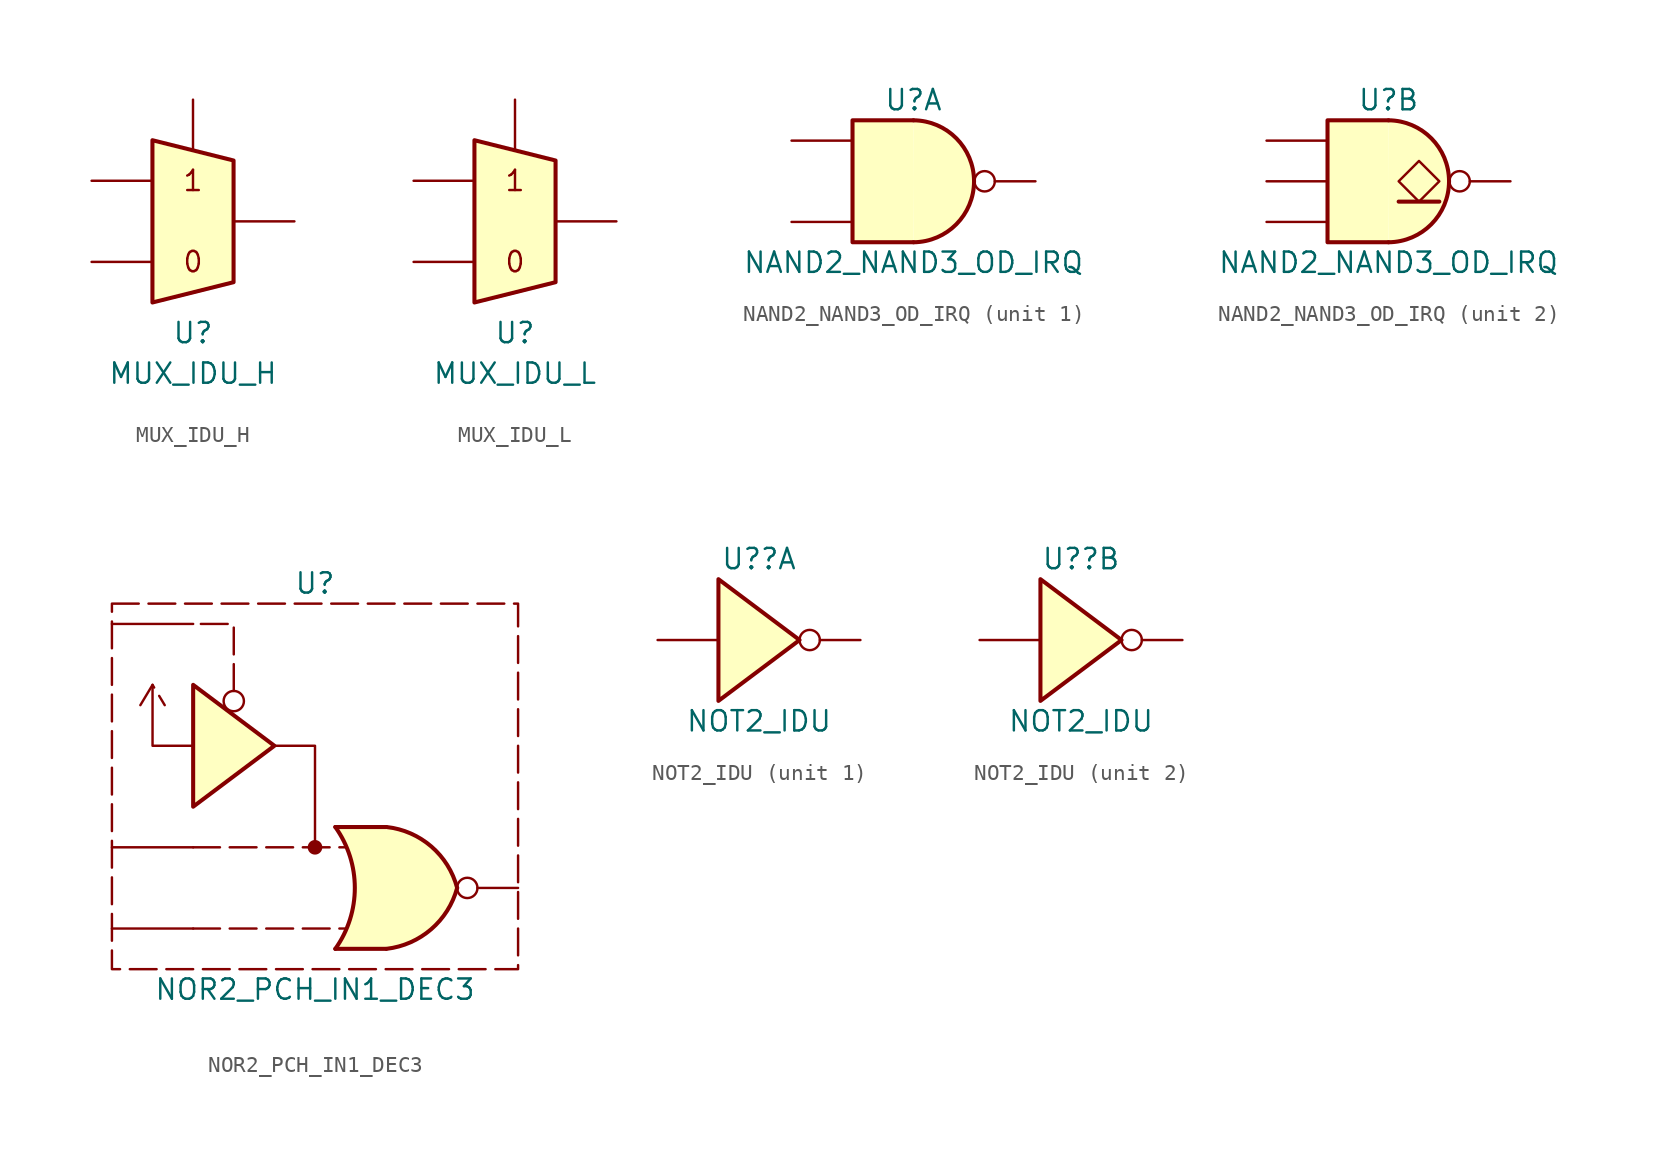
<source format=kicad_sym>
(kicad_symbol_lib
  (version 20231120)
  (generator "kicad_symbol_editor")
  (generator_version "8.0")
  (symbol "MUX_IDU_H"
    (pin_numbers hide)
    (pin_names
      (offset 0) hide)
    (property "Reference" "U"
      (at 0 -6.985 0)
      (effects (font (size 1.27 1.27))))
    (property "Value" "MUX_IDU_H"
      (at 0 -9.525 0)
      (effects (font (size 1.27 1.27))))
    (symbol "MUX_IDU_H_0_0"
      (text "0" (at 0 -2.54 0) (effects (font (size 1.27 1.27))))
      (text "1" (at 0 2.54 0) (effects (font (size 1.27 1.27)))))
    (symbol "MUX_IDU_H_0_1"
      (polyline (pts (xy -2.54 -5.08) (xy -2.54 5.08) (xy 2.54 3.81) (xy 2.54 -3.81) (xy -2.54 -5.08)) (stroke (width 0.254) (type default)) (fill (type background))))
    (symbol "MUX_IDU_H_1_1"
      (pin input line (at -6.35 -2.54 0) (length 3.81) (name "~" (effects (font (size 1.27 1.27)))) (number "" (effects (font (size 1.27 1.27)))))
      (pin input line (at -6.35 2.54 0) (length 3.81) (name "~" (effects (font (size 1.27 1.27)))) (number "" (effects (font (size 1.27 1.27)))))
      (pin input line (at 0 7.62 270) (length 3.17) (name "~" (effects (font (size 1.27 1.27)))) (number "" (effects (font (size 1.27 1.27)))))
      (pin output line (at 6.35 0 180) (length 3.81) (name "~" (effects (font (size 1.27 1.27)))) (number "" (effects (font (size 1.27 1.27)))))))
  (symbol "MUX_IDU_L"
    (pin_numbers hide)
    (pin_names
      (offset 0) hide)
    (property "Reference" "U"
      (at 0 -6.985 0)
      (effects (font (size 1.27 1.27))))
    (property "Value" "MUX_IDU_L"
      (at 0 -9.525 0)
      (effects (font (size 1.27 1.27))))
    (symbol "MUX_IDU_L_0_0"
      (text "0" (at 0 -2.54 0) (effects (font (size 1.27 1.27))))
      (text "1" (at 0 2.54 0) (effects (font (size 1.27 1.27)))))
    (symbol "MUX_IDU_L_0_1"
      (polyline (pts (xy -2.54 -5.08) (xy -2.54 5.08) (xy 2.54 3.81) (xy 2.54 -3.81) (xy -2.54 -5.08)) (stroke (width 0.254) (type default)) (fill (type background))))
    (symbol "MUX_IDU_L_1_1"
      (pin input line (at -6.35 -2.54 0) (length 3.81) (name "~" (effects (font (size 1.27 1.27)))) (number "" (effects (font (size 1.27 1.27)))))
      (pin input line (at -6.35 2.54 0) (length 3.81) (name "~" (effects (font (size 1.27 1.27)))) (number "" (effects (font (size 1.27 1.27)))))
      (pin input line (at 0 7.62 270) (length 3.17) (name "~" (effects (font (size 1.27 1.27)))) (number "" (effects (font (size 1.27 1.27)))))
      (pin output line (at 6.35 0 180) (length 3.81) (name "~" (effects (font (size 1.27 1.27)))) (number "" (effects (font (size 1.27 1.27)))))))
  (symbol "NAND2_NAND3_OD_IRQ"
    (pin_numbers hide)
    (pin_names hide)
    (property "Reference" "U"
      (at 0 5.08 0)
      (effects (font (size 1.27 1.27))))
    (property "Value" "NAND2_NAND3_OD_IRQ"
      (at 0 -5.08 0)
      (effects (font (size 1.27 1.27))))
    (property "ki_locked" ""
      (at 0 0 0)
      (effects (font (size 1.27 1.27))))
    (symbol "NAND2_NAND3_OD_IRQ_1_1"
      (arc (start 0 -3.81) (mid 3.7825 0) (end 0 3.81) (stroke (width 0.254) (type default)) (fill (type background)))
      (polyline (pts (xy 0 3.81) (xy -3.81 3.81) (xy -3.81 -3.81) (xy 0 -3.81)) (stroke (width 0.254) (type default)) (fill (type background)))
      (pin input line (at -7.62 2.54 0) (length 3.81) (name "NAND_A_IN1" (effects (font (size 1.27 1.27)))) (number "" (effects (font (size 1.27 1.27)))))
      (pin input line (at -7.62 -2.54 0) (length 3.81) (name "NAND_A_IN2" (effects (font (size 1.27 1.27)))) (number "" (effects (font (size 1.27 1.27)))))
      (pin output inverted (at 7.62 0 180) (length 3.81) (name "NAND_A_Y" (effects (font (size 1.27 1.27)))) (number "" (effects (font (size 0 0))))))
    (symbol "NAND2_NAND3_OD_IRQ_2_1"
      (arc (start 0 -3.81) (mid 3.7825 0) (end 0 3.81) (stroke (width 0.254) (type default)) (fill (type background)))
      (polyline (pts (xy 0.635 -1.27) (xy 3.175 -1.27)) (stroke (width 0.254) (type default)) (fill (type none)))
      (polyline (pts (xy 0 3.81) (xy -3.81 3.81) (xy -3.81 -3.81) (xy 0 -3.81)) (stroke (width 0.254) (type default)) (fill (type background)))
      (polyline (pts (xy 3.175 0) (xy 1.905 1.27) (xy 0.635 0) (xy 1.905 -1.27) (xy 3.175 0)) (stroke (width 0) (type default)) (fill (type none)))
      (pin input line (at -7.62 2.54 0) (length 3.81) (name "NAND_B_IN1" (effects (font (size 1.27 1.27)))) (number "" (effects (font (size 1.27 1.27)))))
      (pin input line (at -7.62 0 0) (length 3.81) (name "NAND_B_IN2" (effects (font (size 1.27 1.27)))) (number "" (effects (font (size 1.27 1.27)))))
      (pin input line (at -7.62 -2.54 0) (length 3.81) (name "NAND_B_IN3" (effects (font (size 1.27 1.27)))) (number "" (effects (font (size 1.27 1.27)))))
      (pin tri_state inverted (at 7.62 0 180) (length 3.81) (name "NAND_B_Y" (effects (font (size 1.27 1.27)))) (number "" (effects (font (size 0 0)))))))
  (symbol "NOR2_PCH_IN1_DEC3"
    (pin_numbers hide)
    (pin_names hide)
    (property "Reference" "U"
      (at 0 12.7 0)
      (effects (font (size 1.27 1.27))))
    (property "Value" "NOR2_PCH_IN1_DEC3"
      (at 0 -12.7 0)
      (effects (font (size 1.27 1.27))))
    (symbol "NOR2_PCH_IN1_DEC3_0_1"
      (polyline (pts (xy -7.62 2.54) (xy -10.16 2.54) (xy -10.16 6.35)) (stroke (width 0) (type default)) (fill (type none))))
    (symbol "NOR2_PCH_IN1_DEC3_1_0"
      (polyline (pts (xy -7.62 6.35) (xy -7.62 -1.27) (xy -2.54 2.54) (xy -7.62 6.35)) (stroke (width 0.254) (type default)) (fill (type background))))
    (symbol "NOR2_PCH_IN1_DEC3_1_1"
      (rectangle (start -12.7 11.43) (end 12.7 -11.43) (stroke (width 0) (type dash)) (fill (type none)))
      (circle (center -5.08 5.334) (radius 0.635) (stroke (width 0) (type default)) (fill (type none)))
      (circle (center 0 -3.81) (radius 0.381) (stroke (width 0) (type default)) (fill (type outline)))
      (polyline (pts (xy -7.62 -8.89) (xy 1.905 -8.89)) (stroke (width 0) (type default)) (fill (type none)))
      (polyline (pts (xy -7.62 -3.81) (xy 1.905 -3.81)) (stroke (width 0) (type default)) (fill (type none)))
      (polyline (pts (xy 1.27 -10.16) (xy 4.445 -10.16)) (stroke (width 0.254) (type default)) (fill (type background)))
      (polyline (pts (xy 1.27 -2.54) (xy 4.445 -2.54)) (stroke (width 0.254) (type default)) (fill (type background)))
      (polyline (pts (xy -10.922 5.08) (xy -10.16 6.35) (xy -9.398 5.08)) (stroke (width 0) (type default)) (fill (type none)))
      (polyline (pts (xy -5.08 5.969) (xy -5.08 10.16) (xy -7.62 10.16)) (stroke (width 0) (type default)) (fill (type none)))
      (polyline (pts (xy 0 -3.81) (xy 0 2.54) (xy -2.54 2.54)) (stroke (width 0) (type default)) (fill (type none)))
      (polyline (pts (xy 4.445 -2.54) (xy 1.27 -2.54) (xy 1.27 -2.54) (xy 1.524 -2.946) (xy 2.057 -4.089) (xy 2.387 -5.309) (xy 2.464 -6.604) (xy 2.311 -7.849) (xy 1.905 -9.068) (xy 1.27 -10.16) (xy 1.27 -10.16) (xy 4.445 -10.16)) (stroke (width -25.4) (type default)) (fill (type background)))
      (arc (start 1.2698 -10.16) (mid 2.4908 -6.35) (end 1.2698 -2.54) (stroke (width 0.254) (type default)) (fill (type none)))
      (arc (start 4.4702 -10.16) (mid 7.2653 -8.934) (end 8.8898 -6.35) (stroke (width 0.254) (type default)) (fill (type background)))
      (arc (start 8.8898 -6.35) (mid 7.2726 -3.7575) (end 4.4702 -2.54) (stroke (width 0.254) (type default)) (fill (type background)))
      (pin bidirectional line (at -12.7 -3.81 0) (length 5.08) (name "IN1" (effects (font (size 1.27 1.27)))) (number "" (effects (font (size 1.27 1.27)))))
      (pin input line (at -12.7 -8.89 0) (length 5.08) (name "IN2" (effects (font (size 1.27 1.27)))) (number "" (effects (font (size 1.27 1.27)))))
      (pin output inverted (at 12.7 -6.35 180) (length 3.81) (name "Y" (effects (font (size 1.27 1.27)))) (number "" (effects (font (size 0 0)))))
      (pin input line (at -12.7 10.16 0) (length 5.08) (name "~{PCH}" (effects (font (size 1.27 1.27)))) (number "" (effects (font (size 1.27 1.27)))))))
  (symbol "NOT2_IDU"
    (pin_numbers hide)
    (pin_names hide)
    (property "Reference" "U?"
      (at 0 5.08 0)
      (effects (font (size 1.27 1.27))))
    (property "Value" "NOT2_IDU"
      (at 0 -5.08 0)
      (effects (font (size 1.27 1.27))))
    (symbol "NOT2_IDU_1_0"
      (polyline (pts (xy -2.54 3.81) (xy -2.54 -3.81) (xy 2.54 0) (xy -2.54 3.81)) (stroke (width 0.254) (type default)) (fill (type background)))
      (pin input line (at -6.35 0 0) (length 3.81) (name "~" (effects (font (size 1.27 1.27)))) (number "1" (effects (font (size 1.27 1.27)))))
      (pin output inverted (at 6.35 0 180) (length 3.81) (name "~" (effects (font (size 1.27 1.27)))) (number "2" (effects (font (size 1.27 1.27))))))
    (symbol "NOT2_IDU_2_0"
      (polyline (pts (xy -2.54 3.81) (xy -2.54 -3.81) (xy 2.54 0) (xy -2.54 3.81)) (stroke (width 0.254) (type default)) (fill (type background)))
      (pin input line (at -6.35 0 0) (length 3.81) (name "~" (effects (font (size 1.27 1.27)))) (number "1" (effects (font (size 1.27 1.27)))))
      (pin output inverted (at 6.35 0 180) (length 3.81) (name "~" (effects (font (size 1.27 1.27)))) (number "2" (effects (font (size 1.27 1.27))))))))
</source>
